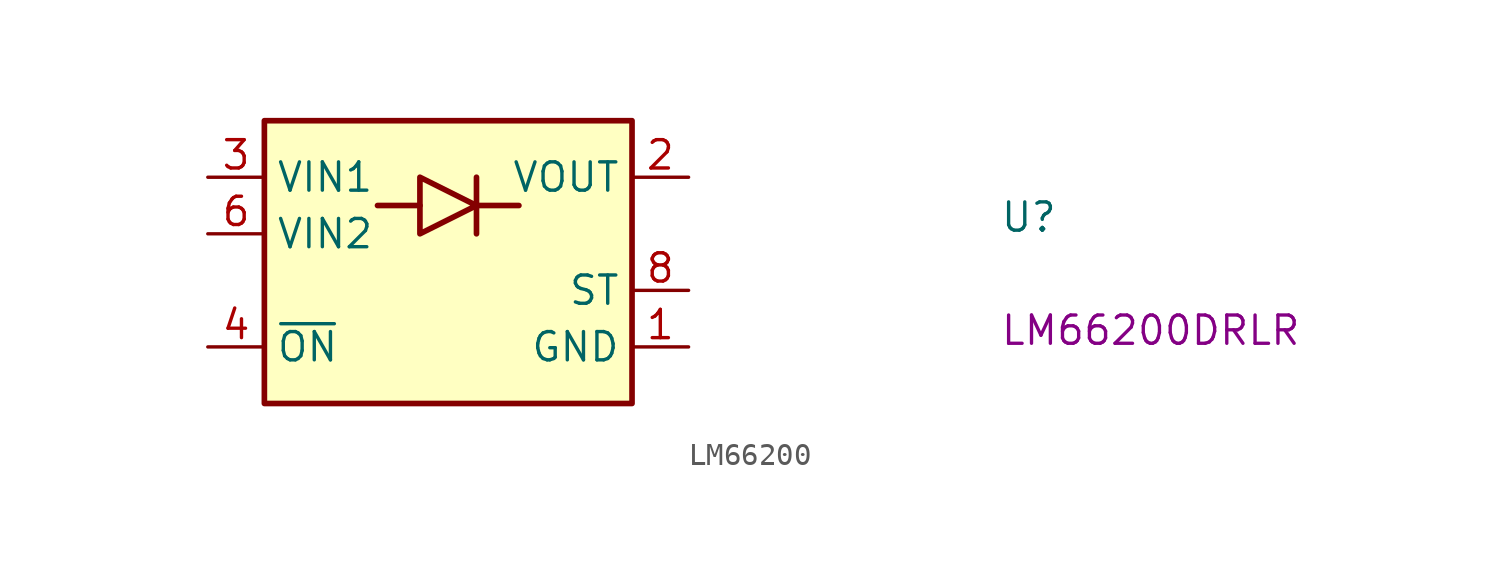
<source format=kicad_sym>
(kicad_symbol_lib
  (version 20220914)
  (generator kicad_symbol_editor)
  (symbol "LM66200"
    (property "Reference" "U"
      (at 35.56 -2.54 0)
      (effects (font (size 1.27 1.27) (thickness 0.15)) (justify left bottom)))
    (property "MPN" "LM66200DRLR"
      (at 35.56 -7.62 0)
      (effects (font (size 1.27 1.27) (thickness 0.15)) (justify left bottom)))
    (symbol "LM66200_1_1"
      (polyline (pts (xy 7.62 -1.27) (xy 9.525 -1.27)) (stroke (width 0.254) (type default)) (fill (type background)))
      (polyline (pts (xy 12.065 -1.27) (xy 13.97 -1.27)) (stroke (width 0.254) (type default)) (fill (type background)))
      (polyline (pts (xy 12.065 0) (xy 12.065 -2.54)) (stroke (width 0.254) (type default)) (fill (type background)))
      (polyline (pts (xy 9.525 0) (xy 9.525 -2.54) (xy 12.065 -1.27) (xy 9.525 0)) (stroke (width 0.254) (type default)) (fill (type background)))
      (rectangle (start 2.54 2.54) (end 19.05 -10.16) (stroke (width 0.254) (type default)) (fill (type background)))
      (pin power_in line (at 21.59 -7.62 180) (length 2.54) (name "GND" (effects (font (size 1.27 1.27)))) (number "1" (effects (font (size 1.27 1.27)))))
      (pin power_out line (at 21.59 0 180) (length 2.54) (name "VOUT" (effects (font (size 1.27 1.27)))) (number "2" (effects (font (size 1.27 1.27)))))
      (pin power_in line (at 0 0 0) (length 2.54) (name "VIN1" (effects (font (size 1.27 1.27)))) (number "3" (effects (font (size 1.27 1.27)))))
      (pin input line (at 0 -7.62 0) (length 2.54) (name "~{ON}" (effects (font (size 1.27 1.27)))) (number "4" (effects (font (size 1.27 1.27)))))
      (pin passive line (at 21.59 -7.62 180) (length 2.54) hide (name "GND" (effects (font (size 1.27 1.27)))) (number "5" (effects (font (size 1.27 1.27)))))
      (pin power_in line (at 0 -2.54 0) (length 2.54) (name "VIN2" (effects (font (size 1.27 1.27)))) (number "6" (effects (font (size 1.27 1.27)))))
      (pin passive line (at 21.59 0 180) (length 2.54) hide (name "VOUT" (effects (font (size 1.27 1.27)))) (number "7" (effects (font (size 1.27 1.27)))))
      (pin output line (at 21.59 -5.08 180) (length 2.54) (name "ST" (effects (font (size 1.27 1.27)))) (number "8" (effects (font (size 1.27 1.27))))))))
</source>
